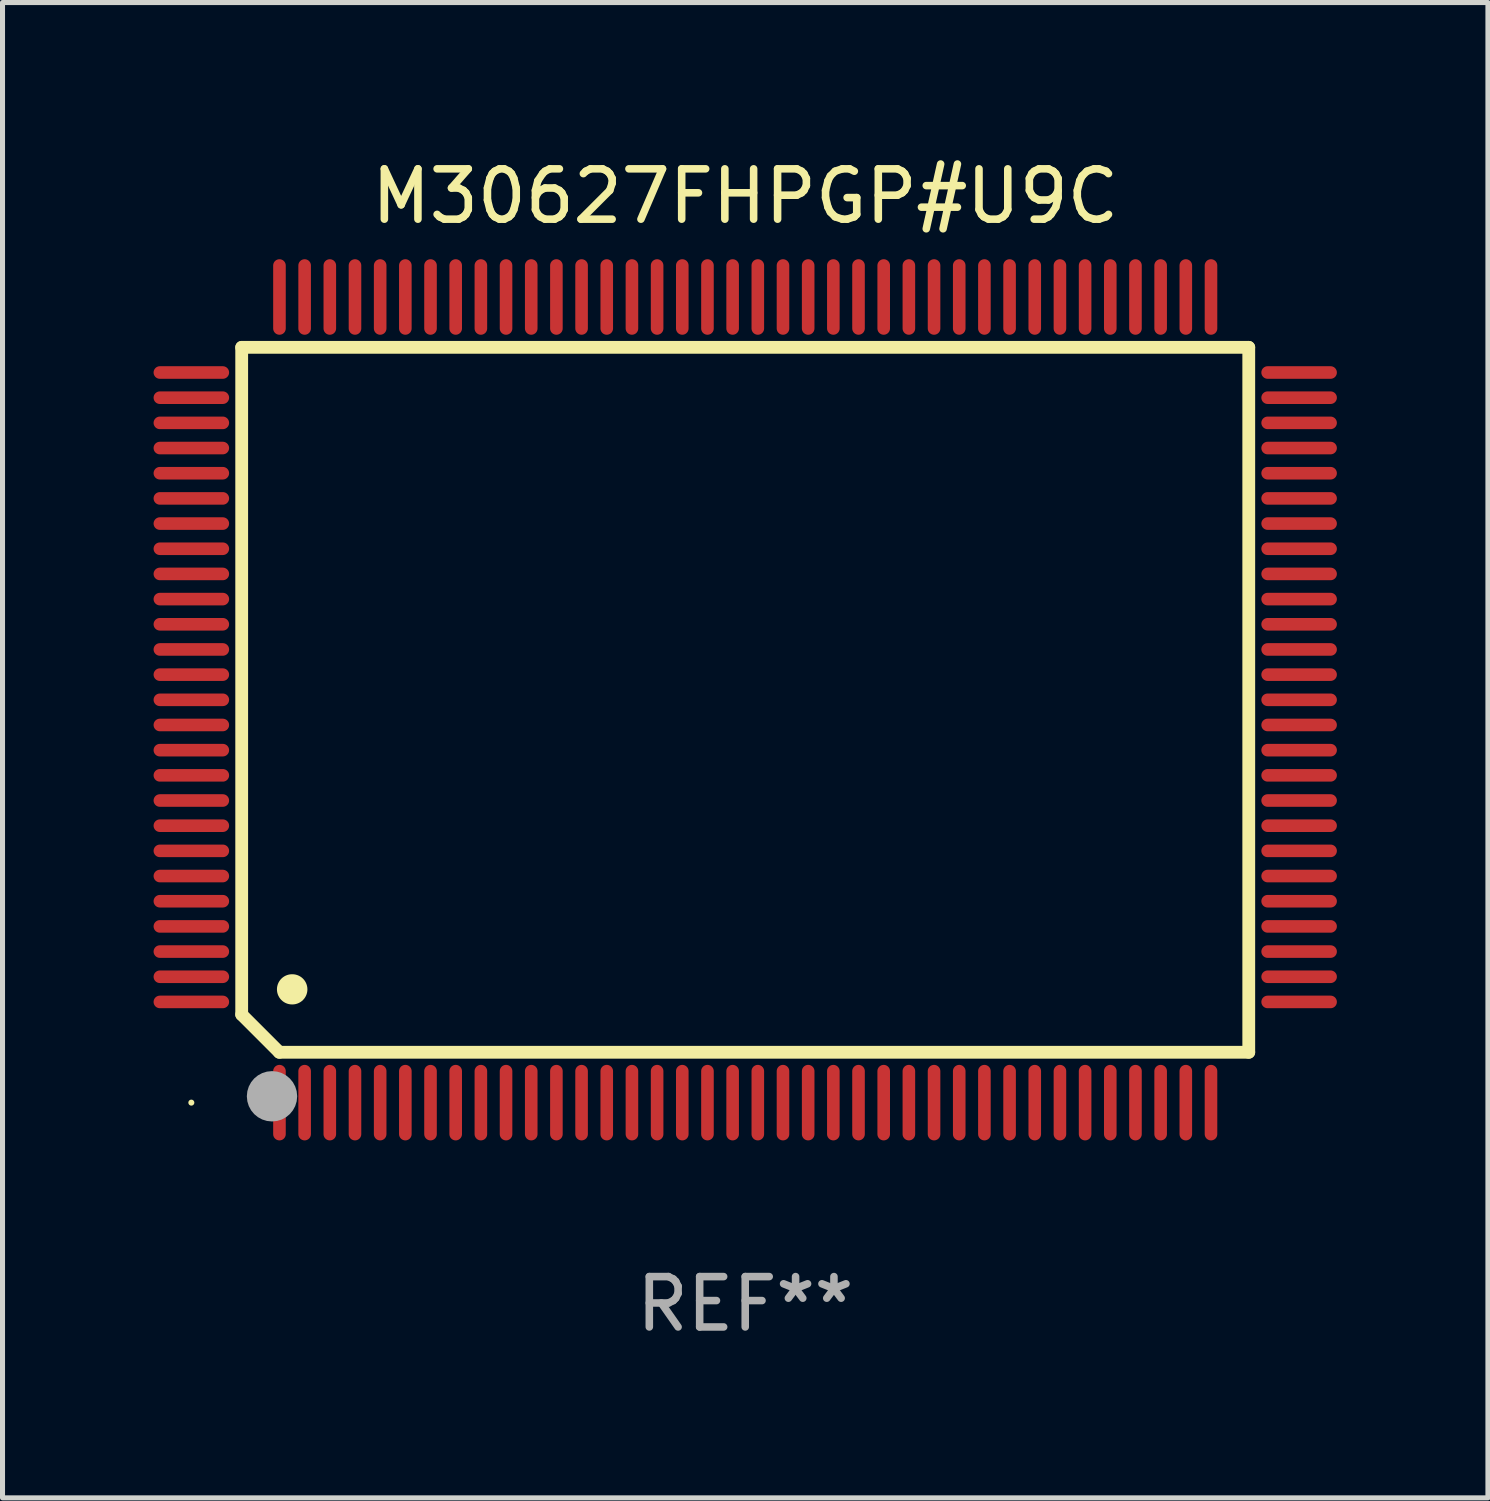
<source format=kicad_pcb>
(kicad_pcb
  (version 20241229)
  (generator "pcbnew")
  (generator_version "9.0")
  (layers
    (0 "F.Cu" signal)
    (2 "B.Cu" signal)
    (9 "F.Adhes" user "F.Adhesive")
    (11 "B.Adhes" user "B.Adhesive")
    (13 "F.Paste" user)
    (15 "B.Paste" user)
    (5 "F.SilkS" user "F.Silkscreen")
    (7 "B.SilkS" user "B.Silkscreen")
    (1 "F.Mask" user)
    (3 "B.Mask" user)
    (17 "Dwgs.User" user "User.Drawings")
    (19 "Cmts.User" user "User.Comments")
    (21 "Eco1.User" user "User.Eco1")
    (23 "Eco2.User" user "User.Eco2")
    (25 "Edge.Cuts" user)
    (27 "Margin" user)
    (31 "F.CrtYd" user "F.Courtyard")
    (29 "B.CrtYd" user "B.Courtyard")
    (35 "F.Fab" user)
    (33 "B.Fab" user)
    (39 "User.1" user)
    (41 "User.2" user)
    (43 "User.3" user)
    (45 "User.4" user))
  (footprint "M30627FHPGP#U9C"
    (layer "F.Cu")
    (at 11.75 10.848)
    (property "Reference" "M30627FHPGP#U9C" (at 0 -10 0) (layer "F.SilkS") (effects (font (size 1 1) (thickness 0.15))))
    (attr through_hole)
    (fp_line (start -10 -7) (end -10 6.25) (stroke (width 0.254) (type solid)) (layer "F.SilkS"))
    (fp_line (start -10 -7) (end 10 -7) (stroke (width 0.254) (type solid)) (layer "F.SilkS"))
    (fp_line (start -9.252 7) (end -10 6.252) (stroke (width 0.254) (type solid)) (layer "F.SilkS"))
    (fp_line (start 10 -7) (end 10 7) (stroke (width 0.254) (type solid)) (layer "F.SilkS"))
    (fp_line (start 10 7) (end -9.252 7) (stroke (width 0.254) (type solid)) (layer "F.SilkS"))
    (fp_arc (start -9.000025 5.750013) (mid -8.997485 5.750002) (end -8.994945 5.750013) (stroke (width 0.6) (type solid)) (layer "F.SilkS"))
    (fp_circle (center -11 8) (end -10.97 8) (stroke (width 0.06) (type solid)) (fill no) (layer "F.SilkS"))
    (fp_circle (center -9.398 7.874) (end -9.148 7.874) (stroke (width 0.5) (type solid)) (fill no) (layer "F.Fab"))
    (fp_text user "REF**" (at 0 12 0) (layer "F.Fab") (effects (font (size 1 1) (thickness 0.15))))
    (pad "1" smd oval (at -9.25 8) (size 0.25 1.5) (layers "F.Cu" "F.Mask" "F.Paste"))
    (pad "2" smd oval (at -8.75 8) (size 0.25 1.5) (layers "F.Cu" "F.Mask" "F.Paste"))
    (pad "3" smd oval (at -8.25 8) (size 0.25 1.5) (layers "F.Cu" "F.Mask" "F.Paste"))
    (pad "4" smd oval (at -7.75 8) (size 0.25 1.5) (layers "F.Cu" "F.Mask" "F.Paste"))
    (pad "5" smd oval (at -7.25 8) (size 0.25 1.5) (layers "F.Cu" "F.Mask" "F.Paste"))
    (pad "6" smd oval (at -6.75 8) (size 0.25 1.5) (layers "F.Cu" "F.Mask" "F.Paste"))
    (pad "7" smd oval (at -6.25 8) (size 0.25 1.5) (layers "F.Cu" "F.Mask" "F.Paste"))
    (pad "8" smd oval (at -5.75 8) (size 0.25 1.5) (layers "F.Cu" "F.Mask" "F.Paste"))
    (pad "9" smd oval (at -5.25 8) (size 0.25 1.5) (layers "F.Cu" "F.Mask" "F.Paste"))
    (pad "10" smd oval (at -4.75 8) (size 0.25 1.5) (layers "F.Cu" "F.Mask" "F.Paste"))
    (pad "11" smd oval (at -4.25 8) (size 0.25 1.5) (layers "F.Cu" "F.Mask" "F.Paste"))
    (pad "12" smd oval (at -3.75 8) (size 0.25 1.5) (layers "F.Cu" "F.Mask" "F.Paste"))
    (pad "13" smd oval (at -3.25 8) (size 0.25 1.5) (layers "F.Cu" "F.Mask" "F.Paste"))
    (pad "14" smd oval (at -2.75 8) (size 0.25 1.5) (layers "F.Cu" "F.Mask" "F.Paste"))
    (pad "15" smd oval (at -2.25 8) (size 0.25 1.5) (layers "F.Cu" "F.Mask" "F.Paste"))
    (pad "16" smd oval (at -1.75 8) (size 0.25 1.5) (layers "F.Cu" "F.Mask" "F.Paste"))
    (pad "17" smd oval (at -1.25 8) (size 0.25 1.5) (layers "F.Cu" "F.Mask" "F.Paste"))
    (pad "18" smd oval (at -0.75 8) (size 0.25 1.5) (layers "F.Cu" "F.Mask" "F.Paste"))
    (pad "19" smd oval (at -0.25 8) (size 0.25 1.5) (layers "F.Cu" "F.Mask" "F.Paste"))
    (pad "20" smd oval (at 0.25 8) (size 0.25 1.5) (layers "F.Cu" "F.Mask" "F.Paste"))
    (pad "21" smd oval (at 0.75 8) (size 0.25 1.5) (layers "F.Cu" "F.Mask" "F.Paste"))
    (pad "22" smd oval (at 1.25 8) (size 0.25 1.5) (layers "F.Cu" "F.Mask" "F.Paste"))
    (pad "23" smd oval (at 1.75 8) (size 0.25 1.5) (layers "F.Cu" "F.Mask" "F.Paste"))
    (pad "24" smd oval (at 2.25 8) (size 0.25 1.5) (layers "F.Cu" "F.Mask" "F.Paste"))
    (pad "25" smd oval (at 2.75 8) (size 0.25 1.5) (layers "F.Cu" "F.Mask" "F.Paste"))
    (pad "26" smd oval (at 3.25 8) (size 0.25 1.5) (layers "F.Cu" "F.Mask" "F.Paste"))
    (pad "27" smd oval (at 3.75 8) (size 0.25 1.5) (layers "F.Cu" "F.Mask" "F.Paste"))
    (pad "28" smd oval (at 4.25 8) (size 0.25 1.5) (layers "F.Cu" "F.Mask" "F.Paste"))
    (pad "29" smd oval (at 4.75 8) (size 0.25 1.5) (layers "F.Cu" "F.Mask" "F.Paste"))
    (pad "30" smd oval (at 5.25 8) (size 0.25 1.5) (layers "F.Cu" "F.Mask" "F.Paste"))
    (pad "31" smd oval (at 5.75 8) (size 0.25 1.5) (layers "F.Cu" "F.Mask" "F.Paste"))
    (pad "32" smd oval (at 6.25 8) (size 0.25 1.5) (layers "F.Cu" "F.Mask" "F.Paste"))
    (pad "33" smd oval (at 6.75 8 180) (size 0.25 1.5) (layers "F.Cu" "F.Mask" "F.Paste"))
    (pad "34" smd oval (at 7.25 8 180) (size 0.25 1.5) (layers "F.Cu" "F.Mask" "F.Paste"))
    (pad "35" smd oval (at 7.75 8 180) (size 0.25 1.5) (layers "F.Cu" "F.Mask" "F.Paste"))
    (pad "36" smd oval (at 8.25 8 180) (size 0.25 1.5) (layers "F.Cu" "F.Mask" "F.Paste"))
    (pad "37" smd oval (at 8.75 8 180) (size 0.25 1.5) (layers "F.Cu" "F.Mask" "F.Paste"))
    (pad "38" smd oval (at 9.25 8 180) (size 0.25 1.5) (layers "F.Cu" "F.Mask" "F.Paste"))
    (pad "39" smd oval (at 11 6 270) (size 0.25 1.5) (layers "F.Cu" "F.Mask" "F.Paste"))
    (pad "40" smd oval (at 11 5.5 270) (size 0.25 1.5) (layers "F.Cu" "F.Mask" "F.Paste"))
    (pad "41" smd oval (at 11 5 270) (size 0.25 1.5) (layers "F.Cu" "F.Mask" "F.Paste"))
    (pad "42" smd oval (at 11 4.5 270) (size 0.25 1.5) (layers "F.Cu" "F.Mask" "F.Paste"))
    (pad "43" smd oval (at 11 4 270) (size 0.25 1.5) (layers "F.Cu" "F.Mask" "F.Paste"))
    (pad "44" smd oval (at 11 3.5 270) (size 0.25 1.5) (layers "F.Cu" "F.Mask" "F.Paste"))
    (pad "45" smd oval (at 11 3 270) (size 0.25 1.5) (layers "F.Cu" "F.Mask" "F.Paste"))
    (pad "46" smd oval (at 11 2.5 270) (size 0.25 1.5) (layers "F.Cu" "F.Mask" "F.Paste"))
    (pad "47" smd oval (at 11 2 270) (size 0.25 1.5) (layers "F.Cu" "F.Mask" "F.Paste"))
    (pad "48" smd oval (at 11 1.5 270) (size 0.25 1.5) (layers "F.Cu" "F.Mask" "F.Paste"))
    (pad "49" smd oval (at 11 1 270) (size 0.25 1.5) (layers "F.Cu" "F.Mask" "F.Paste"))
    (pad "50" smd oval (at 11 0.5 270) (size 0.25 1.5) (layers "F.Cu" "F.Mask" "F.Paste"))
    (pad "51" smd oval (at 11 0 270) (size 0.25 1.5) (layers "F.Cu" "F.Mask" "F.Paste"))
    (pad "52" smd oval (at 11 -0.5 270) (size 0.25 1.5) (layers "F.Cu" "F.Mask" "F.Paste"))
    (pad "53" smd oval (at 11 -1 270) (size 0.25 1.5) (layers "F.Cu" "F.Mask" "F.Paste"))
    (pad "54" smd oval (at 11 -1.5 270) (size 0.25 1.5) (layers "F.Cu" "F.Mask" "F.Paste"))
    (pad "55" smd oval (at 11 -2 270) (size 0.25 1.5) (layers "F.Cu" "F.Mask" "F.Paste"))
    (pad "56" smd oval (at 11 -2.5 270) (size 0.25 1.5) (layers "F.Cu" "F.Mask" "F.Paste"))
    (pad "57" smd oval (at 11 -3 270) (size 0.25 1.5) (layers "F.Cu" "F.Mask" "F.Paste"))
    (pad "58" smd oval (at 11 -3.5 270) (size 0.25 1.5) (layers "F.Cu" "F.Mask" "F.Paste"))
    (pad "59" smd oval (at 11 -4 270) (size 0.25 1.5) (layers "F.Cu" "F.Mask" "F.Paste"))
    (pad "60" smd oval (at 11 -4.5 270) (size 0.25 1.5) (layers "F.Cu" "F.Mask" "F.Paste"))
    (pad "61" smd oval (at 11 -5 270) (size 0.25 1.5) (layers "F.Cu" "F.Mask" "F.Paste"))
    (pad "62" smd oval (at 11 -5.5 270) (size 0.25 1.5) (layers "F.Cu" "F.Mask" "F.Paste"))
    (pad "63" smd oval (at 11 -6 270) (size 0.25 1.5) (layers "F.Cu" "F.Mask" "F.Paste"))
    (pad "64" smd oval (at 11 -6.5 270) (size 0.25 1.5) (layers "F.Cu" "F.Mask" "F.Paste"))
    (pad "65" smd oval (at 9.25 -8 180) (size 0.25 1.5) (layers "F.Cu" "F.Mask" "F.Paste"))
    (pad "66" smd oval (at 8.75 -8 180) (size 0.25 1.5) (layers "F.Cu" "F.Mask" "F.Paste"))
    (pad "67" smd oval (at 8.25 -8 180) (size 0.25 1.5) (layers "F.Cu" "F.Mask" "F.Paste"))
    (pad "68" smd oval (at 7.75 -8 180) (size 0.25 1.5) (layers "F.Cu" "F.Mask" "F.Paste"))
    (pad "69" smd oval (at 7.25 -8 180) (size 0.25 1.5) (layers "F.Cu" "F.Mask" "F.Paste"))
    (pad "70" smd oval (at 6.75 -8 180) (size 0.25 1.5) (layers "F.Cu" "F.Mask" "F.Paste"))
    (pad "71" smd oval (at 6.25 -8 180) (size 0.25 1.5) (layers "F.Cu" "F.Mask" "F.Paste"))
    (pad "72" smd oval (at 5.75 -8 180) (size 0.25 1.5) (layers "F.Cu" "F.Mask" "F.Paste"))
    (pad "73" smd oval (at 5.25 -8 180) (size 0.25 1.5) (layers "F.Cu" "F.Mask" "F.Paste"))
    (pad "74" smd oval (at 4.75 -8 180) (size 0.25 1.5) (layers "F.Cu" "F.Mask" "F.Paste"))
    (pad "75" smd oval (at 4.25 -8 180) (size 0.25 1.5) (layers "F.Cu" "F.Mask" "F.Paste"))
    (pad "76" smd oval (at 3.75 -8 180) (size 0.25 1.5) (layers "F.Cu" "F.Mask" "F.Paste"))
    (pad "77" smd oval (at 3.25 -8 180) (size 0.25 1.5) (layers "F.Cu" "F.Mask" "F.Paste"))
    (pad "78" smd oval (at 2.75 -8 180) (size 0.25 1.5) (layers "F.Cu" "F.Mask" "F.Paste"))
    (pad "79" smd oval (at 2.25 -8 180) (size 0.25 1.5) (layers "F.Cu" "F.Mask" "F.Paste"))
    (pad "80" smd oval (at 1.75 -8 180) (size 0.25 1.5) (layers "F.Cu" "F.Mask" "F.Paste"))
    (pad "81" smd oval (at 1.25 -8 180) (size 0.25 1.5) (layers "F.Cu" "F.Mask" "F.Paste"))
    (pad "82" smd oval (at 0.75 -8 180) (size 0.25 1.5) (layers "F.Cu" "F.Mask" "F.Paste"))
    (pad "83" smd oval (at 0.25 -8 180) (size 0.25 1.5) (layers "F.Cu" "F.Mask" "F.Paste"))
    (pad "84" smd oval (at -0.25 -8 180) (size 0.25 1.5) (layers "F.Cu" "F.Mask" "F.Paste"))
    (pad "85" smd oval (at -0.75 -8 180) (size 0.25 1.5) (layers "F.Cu" "F.Mask" "F.Paste"))
    (pad "86" smd oval (at -1.25 -8 180) (size 0.25 1.5) (layers "F.Cu" "F.Mask" "F.Paste"))
    (pad "87" smd oval (at -1.75 -8 180) (size 0.25 1.5) (layers "F.Cu" "F.Mask" "F.Paste"))
    (pad "88" smd oval (at -2.25 -8 180) (size 0.25 1.5) (layers "F.Cu" "F.Mask" "F.Paste"))
    (pad "89" smd oval (at -2.75 -8 180) (size 0.25 1.5) (layers "F.Cu" "F.Mask" "F.Paste"))
    (pad "90" smd oval (at -3.25 -8 180) (size 0.25 1.5) (layers "F.Cu" "F.Mask" "F.Paste"))
    (pad "91" smd oval (at -3.75 -8 180) (size 0.25 1.5) (layers "F.Cu" "F.Mask" "F.Paste"))
    (pad "92" smd oval (at -4.25 -8 180) (size 0.25 1.5) (layers "F.Cu" "F.Mask" "F.Paste"))
    (pad "93" smd oval (at -4.75 -8 180) (size 0.25 1.5) (layers "F.Cu" "F.Mask" "F.Paste"))
    (pad "94" smd oval (at -5.25 -8 180) (size 0.25 1.5) (layers "F.Cu" "F.Mask" "F.Paste"))
    (pad "95" smd oval (at -5.75 -8 180) (size 0.25 1.5) (layers "F.Cu" "F.Mask" "F.Paste"))
    (pad "96" smd oval (at -6.25 -8 180) (size 0.25 1.5) (layers "F.Cu" "F.Mask" "F.Paste"))
    (pad "97" smd oval (at -6.75 -8 180) (size 0.25 1.5) (layers "F.Cu" "F.Mask" "F.Paste"))
    (pad "98" smd oval (at -7.25 -8 180) (size 0.25 1.5) (layers "F.Cu" "F.Mask" "F.Paste"))
    (pad "99" smd oval (at -7.75 -8 180) (size 0.25 1.5) (layers "F.Cu" "F.Mask" "F.Paste"))
    (pad "100" smd oval (at -8.25 -8 180) (size 0.25 1.5) (layers "F.Cu" "F.Mask" "F.Paste"))
    (pad "101" smd oval (at -8.75 -8 180) (size 0.25 1.5) (layers "F.Cu" "F.Mask" "F.Paste"))
    (pad "102" smd oval (at -9.25 -8) (size 0.25 1.5) (layers "F.Cu" "F.Mask" "F.Paste"))
    (pad "103" smd oval (at -11 -6.5 270) (size 0.25 1.5) (layers "F.Cu" "F.Mask" "F.Paste"))
    (pad "104" smd oval (at -11 -6 270) (size 0.25 1.5) (layers "F.Cu" "F.Mask" "F.Paste"))
    (pad "105" smd oval (at -11 -5.5 270) (size 0.25 1.5) (layers "F.Cu" "F.Mask" "F.Paste"))
    (pad "106" smd oval (at -11 -5 270) (size 0.25 1.5) (layers "F.Cu" "F.Mask" "F.Paste"))
    (pad "107" smd oval (at -11 -4.5 270) (size 0.25 1.5) (layers "F.Cu" "F.Mask" "F.Paste"))
    (pad "108" smd oval (at -11 -4 270) (size 0.25 1.5) (layers "F.Cu" "F.Mask" "F.Paste"))
    (pad "109" smd oval (at -11 -3.5 270) (size 0.25 1.5) (layers "F.Cu" "F.Mask" "F.Paste"))
    (pad "110" smd oval (at -11 -3 270) (size 0.25 1.5) (layers "F.Cu" "F.Mask" "F.Paste"))
    (pad "111" smd oval (at -11 -2.5 270) (size 0.25 1.5) (layers "F.Cu" "F.Mask" "F.Paste"))
    (pad "112" smd oval (at -11 -2 270) (size 0.25 1.5) (layers "F.Cu" "F.Mask" "F.Paste"))
    (pad "113" smd oval (at -11 -1.5 270) (size 0.25 1.5) (layers "F.Cu" "F.Mask" "F.Paste"))
    (pad "114" smd oval (at -11 -1 270) (size 0.25 1.5) (layers "F.Cu" "F.Mask" "F.Paste"))
    (pad "115" smd oval (at -11 -0.5 270) (size 0.25 1.5) (layers "F.Cu" "F.Mask" "F.Paste"))
    (pad "116" smd oval (at -11 0 270) (size 0.25 1.5) (layers "F.Cu" "F.Mask" "F.Paste"))
    (pad "117" smd oval (at -11 0.5 270) (size 0.25 1.5) (layers "F.Cu" "F.Mask" "F.Paste"))
    (pad "118" smd oval (at -11 1 270) (size 0.25 1.5) (layers "F.Cu" "F.Mask" "F.Paste"))
    (pad "119" smd oval (at -11 1.5 270) (size 0.25 1.5) (layers "F.Cu" "F.Mask" "F.Paste"))
    (pad "120" smd oval (at -11 2 270) (size 0.25 1.5) (layers "F.Cu" "F.Mask" "F.Paste"))
    (pad "121" smd oval (at -11 2.5 270) (size 0.25 1.5) (layers "F.Cu" "F.Mask" "F.Paste"))
    (pad "122" smd oval (at -11 3 270) (size 0.25 1.5) (layers "F.Cu" "F.Mask" "F.Paste"))
    (pad "123" smd oval (at -11 3.5 270) (size 0.25 1.5) (layers "F.Cu" "F.Mask" "F.Paste"))
    (pad "124" smd oval (at -11 4 270) (size 0.25 1.5) (layers "F.Cu" "F.Mask" "F.Paste"))
    (pad "125" smd oval (at -11 4.5 270) (size 0.25 1.5) (layers "F.Cu" "F.Mask" "F.Paste"))
    (pad "126" smd oval (at -11 5 270) (size 0.25 1.5) (layers "F.Cu" "F.Mask" "F.Paste"))
    (pad "127" smd oval (at -11 5.5 270) (size 0.25 1.5) (layers "F.Cu" "F.Mask" "F.Paste"))
    (pad "128" smd oval (at -11 6 270) (size 0.25 1.5) (layers "F.Cu" "F.Mask" "F.Paste")))
  (gr_rect
    (start -3 -3)
    (end 26.5 26.697)
    (stroke (width 0.1) (type default))
    (fill no)
    (layer "Edge.Cuts")))
</source>
